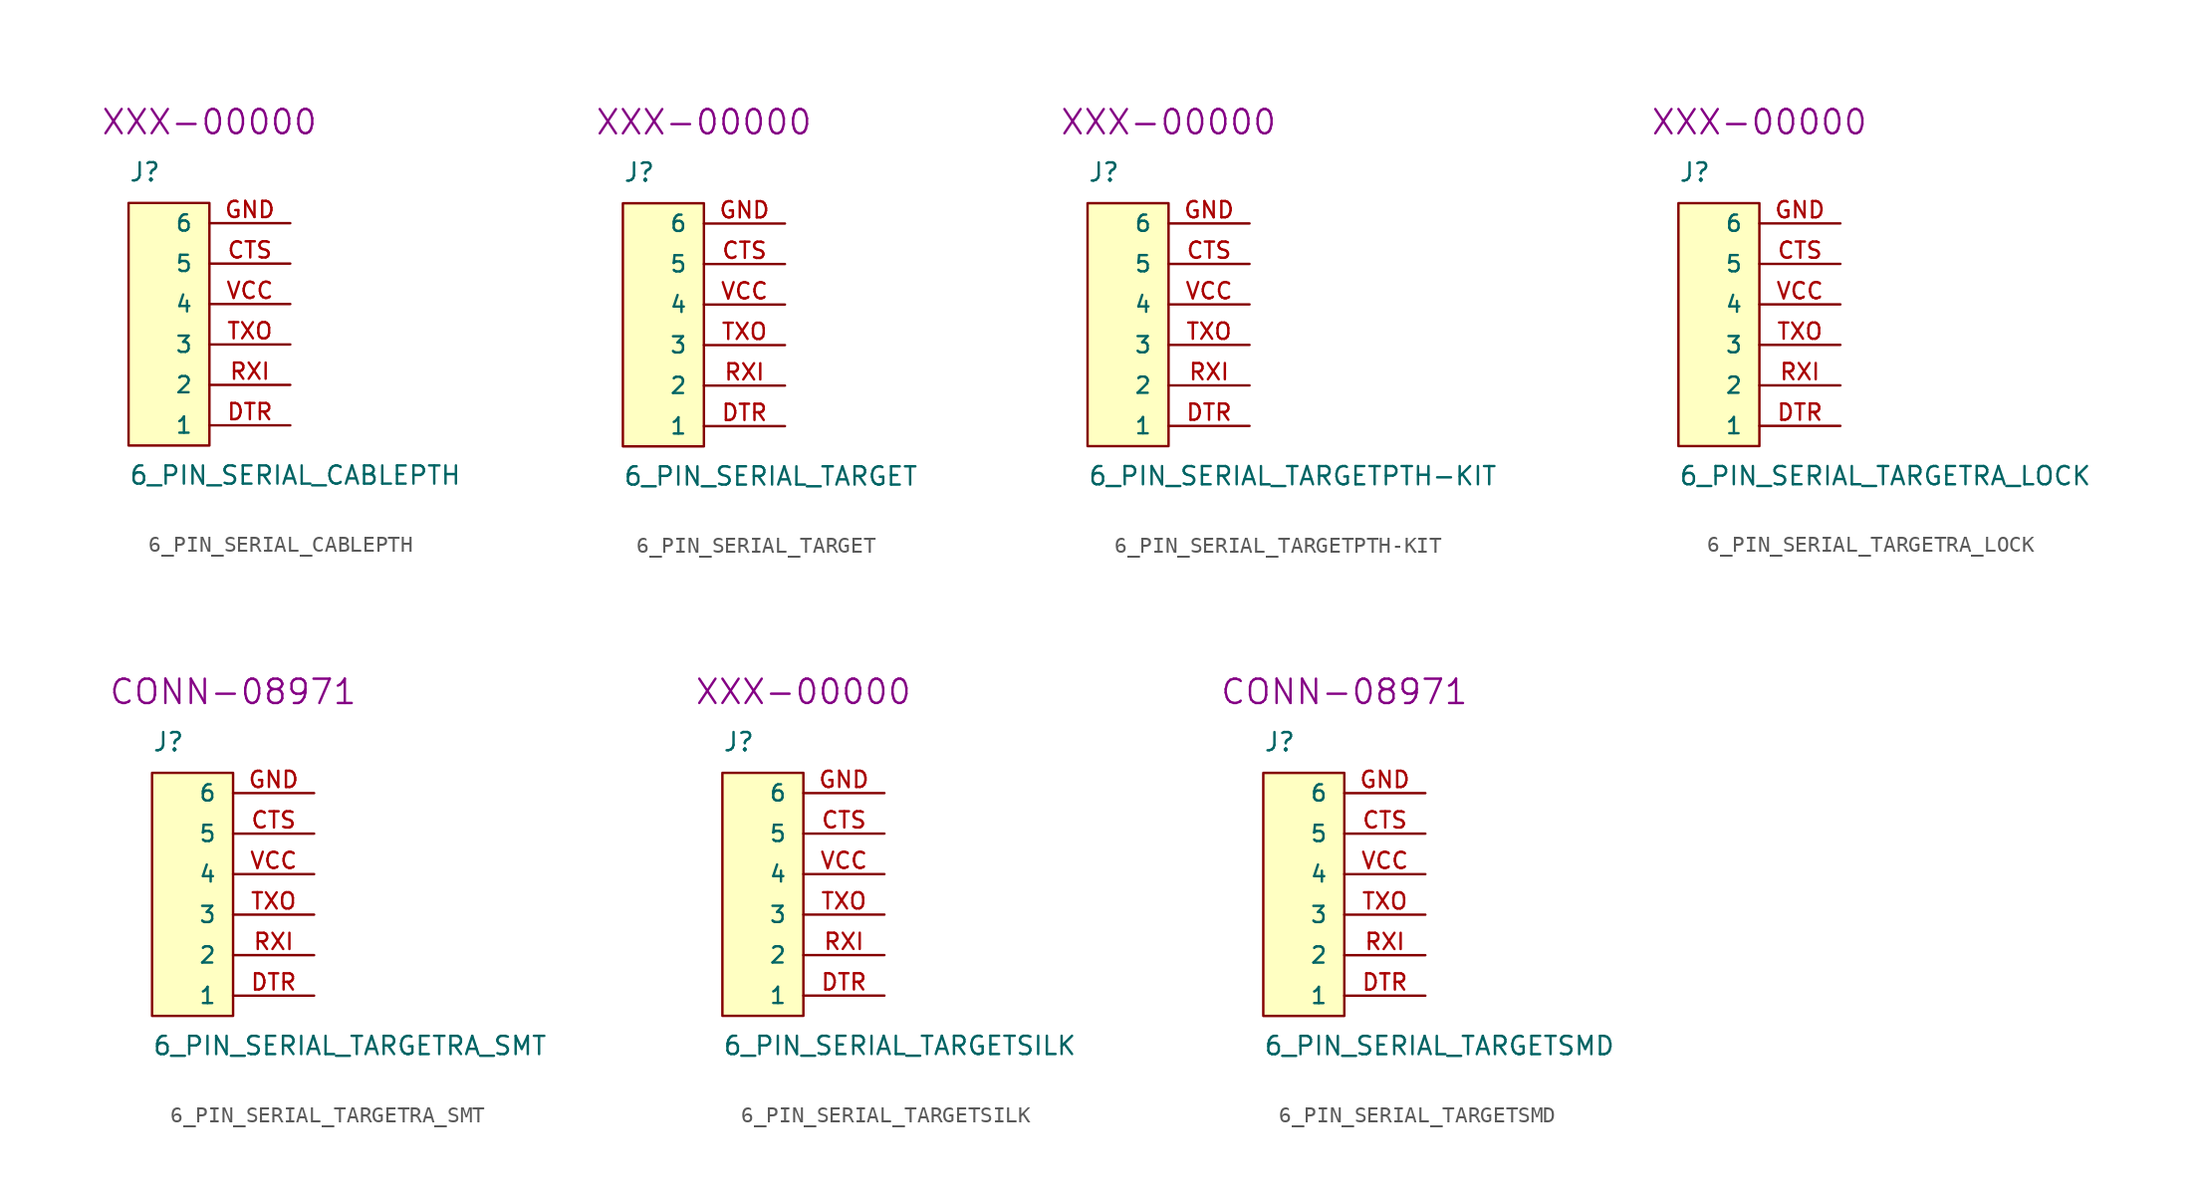
<source format=kicad_sym>
(kicad_symbol_lib
  (version 20201005)
  (generator kicad_symbol_editor)
  (symbol "6_PIN_SERIAL_CABLEPTH"
    (pin_names
      (offset 1.016))
    (property "Reference" "J"
      (at -5.08 15.24 0)
      (effects (font (size 1.143 1.143)) (justify left bottom)))
    (property "Value" "6_PIN_SERIAL_CABLEPTH"
      (at -5.08 -3.81 0)
      (effects (font (size 1.143 1.143)) (justify left bottom)))
    (property "Field4" "XXX-00000"
      (at 0 19.05 0)
      (effects (font (size 1.524 1.524))))
    (symbol "6_PIN_SERIAL_CABLEPTH_0_1"
      (rectangle (start -5.08 13.97) (end 0 -1.27) (stroke (width 0)) (fill (type background))))
    (symbol "6_PIN_SERIAL_CABLEPTH_1_1"
      (pin passive line (at 5.08 7.62 180) (length 5.08) (name "4" (effects (font (size 1.016 1.016)))) (number "VCC" (effects (font (size 1.016 1.016)))))
      (pin passive line (at 5.08 12.7 180) (length 5.08) (name "6" (effects (font (size 1.016 1.016)))) (number "GND" (effects (font (size 1.016 1.016)))))
      (pin passive line (at 5.08 2.54 180) (length 5.08) (name "2" (effects (font (size 1.016 1.016)))) (number "RXI" (effects (font (size 1.016 1.016)))))
      (pin passive line (at 5.08 5.08 180) (length 5.08) (name "3" (effects (font (size 1.016 1.016)))) (number "TXO" (effects (font (size 1.016 1.016)))))
      (pin passive line (at 5.08 0 180) (length 5.08) (name "1" (effects (font (size 1.016 1.016)))) (number "DTR" (effects (font (size 1.016 1.016)))))
      (pin passive line (at 5.08 10.16 180) (length 5.08) (name "5" (effects (font (size 1.016 1.016)))) (number "CTS" (effects (font (size 1.016 1.016)))))))
  (symbol "6_PIN_SERIAL_TARGET"
    (pin_names
      (offset 1.016))
    (property "Reference" "J"
      (at -5.08 15.24 0)
      (effects (font (size 1.143 1.143)) (justify left bottom)))
    (property "Value" "6_PIN_SERIAL_TARGET"
      (at -5.08 -3.81 0)
      (effects (font (size 1.143 1.143)) (justify left bottom)))
    (property "Field4" "XXX-00000"
      (at 0 19.05 0)
      (effects (font (size 1.524 1.524))))
    (property "ki_locked" ""
      (at 0 0 0)
      (effects (font (size 1.27 1.27))))
    (symbol "6_PIN_SERIAL_TARGET_0_1"
      (rectangle (start -5.08 13.97) (end 0 -1.27) (stroke (width 0)) (fill (type background))))
    (symbol "6_PIN_SERIAL_TARGET_1_1"
      (pin passive line (at 5.08 7.62 180) (length 5.08) (name "4" (effects (font (size 1.016 1.016)))) (number "VCC" (effects (font (size 1.016 1.016)))))
      (pin passive line (at 5.08 12.7 180) (length 5.08) (name "6" (effects (font (size 1.016 1.016)))) (number "GND" (effects (font (size 1.016 1.016)))))
      (pin passive line (at 5.08 2.54 180) (length 5.08) (name "2" (effects (font (size 1.016 1.016)))) (number "RXI" (effects (font (size 1.016 1.016)))))
      (pin passive line (at 5.08 5.08 180) (length 5.08) (name "3" (effects (font (size 1.016 1.016)))) (number "TXO" (effects (font (size 1.016 1.016)))))
      (pin passive line (at 5.08 0 180) (length 5.08) (name "1" (effects (font (size 1.016 1.016)))) (number "DTR" (effects (font (size 1.016 1.016)))))
      (pin passive line (at 5.08 10.16 180) (length 5.08) (name "5" (effects (font (size 1.016 1.016)))) (number "CTS" (effects (font (size 1.016 1.016)))))))
  (symbol "6_PIN_SERIAL_TARGETPTH-KIT"
    (pin_names
      (offset 1.016))
    (property "Reference" "J"
      (at -5.08 15.24 0)
      (effects (font (size 1.143 1.143)) (justify left bottom)))
    (property "Value" "6_PIN_SERIAL_TARGETPTH-KIT"
      (at -5.08 -3.81 0)
      (effects (font (size 1.143 1.143)) (justify left bottom)))
    (property "Field4" "XXX-00000"
      (at 0 19.05 0)
      (effects (font (size 1.524 1.524))))
    (property "ki_locked" ""
      (at 0 0 0)
      (effects (font (size 1.27 1.27))))
    (symbol "6_PIN_SERIAL_TARGETPTH-KIT_0_1"
      (rectangle (start -5.08 13.97) (end 0 -1.27) (stroke (width 0)) (fill (type background))))
    (symbol "6_PIN_SERIAL_TARGETPTH-KIT_1_1"
      (pin passive line (at 5.08 7.62 180) (length 5.08) (name "4" (effects (font (size 1.016 1.016)))) (number "VCC" (effects (font (size 1.016 1.016)))))
      (pin passive line (at 5.08 12.7 180) (length 5.08) (name "6" (effects (font (size 1.016 1.016)))) (number "GND" (effects (font (size 1.016 1.016)))))
      (pin passive line (at 5.08 2.54 180) (length 5.08) (name "2" (effects (font (size 1.016 1.016)))) (number "RXI" (effects (font (size 1.016 1.016)))))
      (pin passive line (at 5.08 5.08 180) (length 5.08) (name "3" (effects (font (size 1.016 1.016)))) (number "TXO" (effects (font (size 1.016 1.016)))))
      (pin passive line (at 5.08 0 180) (length 5.08) (name "1" (effects (font (size 1.016 1.016)))) (number "DTR" (effects (font (size 1.016 1.016)))))
      (pin passive line (at 5.08 10.16 180) (length 5.08) (name "5" (effects (font (size 1.016 1.016)))) (number "CTS" (effects (font (size 1.016 1.016)))))))
  (symbol "6_PIN_SERIAL_TARGETRA_LOCK"
    (pin_names
      (offset 1.016))
    (property "Reference" "J"
      (at -5.08 15.24 0)
      (effects (font (size 1.143 1.143)) (justify left bottom)))
    (property "Value" "6_PIN_SERIAL_TARGETRA_LOCK"
      (at -5.08 -3.81 0)
      (effects (font (size 1.143 1.143)) (justify left bottom)))
    (property "Field4" "XXX-00000"
      (at 0 19.05 0)
      (effects (font (size 1.524 1.524))))
    (property "ki_locked" ""
      (at 0 0 0)
      (effects (font (size 1.27 1.27))))
    (symbol "6_PIN_SERIAL_TARGETRA_LOCK_0_1"
      (rectangle (start -5.08 13.97) (end 0 -1.27) (stroke (width 0)) (fill (type background))))
    (symbol "6_PIN_SERIAL_TARGETRA_LOCK_1_1"
      (pin passive line (at 5.08 7.62 180) (length 5.08) (name "4" (effects (font (size 1.016 1.016)))) (number "VCC" (effects (font (size 1.016 1.016)))))
      (pin passive line (at 5.08 12.7 180) (length 5.08) (name "6" (effects (font (size 1.016 1.016)))) (number "GND" (effects (font (size 1.016 1.016)))))
      (pin passive line (at 5.08 2.54 180) (length 5.08) (name "2" (effects (font (size 1.016 1.016)))) (number "RXI" (effects (font (size 1.016 1.016)))))
      (pin passive line (at 5.08 5.08 180) (length 5.08) (name "3" (effects (font (size 1.016 1.016)))) (number "TXO" (effects (font (size 1.016 1.016)))))
      (pin passive line (at 5.08 0 180) (length 5.08) (name "1" (effects (font (size 1.016 1.016)))) (number "DTR" (effects (font (size 1.016 1.016)))))
      (pin passive line (at 5.08 10.16 180) (length 5.08) (name "5" (effects (font (size 1.016 1.016)))) (number "CTS" (effects (font (size 1.016 1.016)))))))
  (symbol "6_PIN_SERIAL_TARGETRA_SMT"
    (pin_names
      (offset 1.016))
    (property "Reference" "J"
      (at -5.08 15.24 0)
      (effects (font (size 1.143 1.143)) (justify left bottom)))
    (property "Value" "6_PIN_SERIAL_TARGETRA_SMT"
      (at -5.08 -3.81 0)
      (effects (font (size 1.143 1.143)) (justify left bottom)))
    (property "Field4" "CONN-08971"
      (at 0 19.05 0)
      (effects (font (size 1.524 1.524))))
    (property "ki_locked" ""
      (at 0 0 0)
      (effects (font (size 1.27 1.27))))
    (symbol "6_PIN_SERIAL_TARGETRA_SMT_0_1"
      (rectangle (start -5.08 13.97) (end 0 -1.27) (stroke (width 0)) (fill (type background))))
    (symbol "6_PIN_SERIAL_TARGETRA_SMT_1_1"
      (pin passive line (at 5.08 7.62 180) (length 5.08) (name "4" (effects (font (size 1.016 1.016)))) (number "VCC" (effects (font (size 1.016 1.016)))))
      (pin passive line (at 5.08 12.7 180) (length 5.08) (name "6" (effects (font (size 1.016 1.016)))) (number "GND" (effects (font (size 1.016 1.016)))))
      (pin passive line (at 5.08 2.54 180) (length 5.08) (name "2" (effects (font (size 1.016 1.016)))) (number "RXI" (effects (font (size 1.016 1.016)))))
      (pin passive line (at 5.08 5.08 180) (length 5.08) (name "3" (effects (font (size 1.016 1.016)))) (number "TXO" (effects (font (size 1.016 1.016)))))
      (pin passive line (at 5.08 0 180) (length 5.08) (name "1" (effects (font (size 1.016 1.016)))) (number "DTR" (effects (font (size 1.016 1.016)))))
      (pin passive line (at 5.08 10.16 180) (length 5.08) (name "5" (effects (font (size 1.016 1.016)))) (number "CTS" (effects (font (size 1.016 1.016)))))))
  (symbol "6_PIN_SERIAL_TARGETSILK"
    (pin_names
      (offset 1.016))
    (property "Reference" "J"
      (at -5.08 15.24 0)
      (effects (font (size 1.143 1.143)) (justify left bottom)))
    (property "Value" "6_PIN_SERIAL_TARGETSILK"
      (at -5.08 -3.81 0)
      (effects (font (size 1.143 1.143)) (justify left bottom)))
    (property "Field4" "XXX-00000"
      (at 0 19.05 0)
      (effects (font (size 1.524 1.524))))
    (property "ki_locked" ""
      (at 0 0 0)
      (effects (font (size 1.27 1.27))))
    (symbol "6_PIN_SERIAL_TARGETSILK_0_1"
      (rectangle (start -5.08 13.97) (end 0 -1.27) (stroke (width 0)) (fill (type background))))
    (symbol "6_PIN_SERIAL_TARGETSILK_1_1"
      (pin passive line (at 5.08 7.62 180) (length 5.08) (name "4" (effects (font (size 1.016 1.016)))) (number "VCC" (effects (font (size 1.016 1.016)))))
      (pin passive line (at 5.08 12.7 180) (length 5.08) (name "6" (effects (font (size 1.016 1.016)))) (number "GND" (effects (font (size 1.016 1.016)))))
      (pin passive line (at 5.08 2.54 180) (length 5.08) (name "2" (effects (font (size 1.016 1.016)))) (number "RXI" (effects (font (size 1.016 1.016)))))
      (pin passive line (at 5.08 5.08 180) (length 5.08) (name "3" (effects (font (size 1.016 1.016)))) (number "TXO" (effects (font (size 1.016 1.016)))))
      (pin passive line (at 5.08 0 180) (length 5.08) (name "1" (effects (font (size 1.016 1.016)))) (number "DTR" (effects (font (size 1.016 1.016)))))
      (pin passive line (at 5.08 10.16 180) (length 5.08) (name "5" (effects (font (size 1.016 1.016)))) (number "CTS" (effects (font (size 1.016 1.016)))))))
  (symbol "6_PIN_SERIAL_TARGETSMD"
    (pin_names
      (offset 1.016))
    (property "Reference" "J"
      (at -5.08 15.24 0)
      (effects (font (size 1.143 1.143)) (justify left bottom)))
    (property "Value" "6_PIN_SERIAL_TARGETSMD"
      (at -5.08 -3.81 0)
      (effects (font (size 1.143 1.143)) (justify left bottom)))
    (property "Field4" "CONN-08971"
      (at 0 19.05 0)
      (effects (font (size 1.524 1.524))))
    (property "ki_locked" ""
      (at 0 0 0)
      (effects (font (size 1.27 1.27))))
    (symbol "6_PIN_SERIAL_TARGETSMD_0_1"
      (rectangle (start -5.08 13.97) (end 0 -1.27) (stroke (width 0)) (fill (type background))))
    (symbol "6_PIN_SERIAL_TARGETSMD_1_1"
      (pin passive line (at 5.08 7.62 180) (length 5.08) (name "4" (effects (font (size 1.016 1.016)))) (number "VCC" (effects (font (size 1.016 1.016)))))
      (pin passive line (at 5.08 12.7 180) (length 5.08) (name "6" (effects (font (size 1.016 1.016)))) (number "GND" (effects (font (size 1.016 1.016)))))
      (pin passive line (at 5.08 2.54 180) (length 5.08) (name "2" (effects (font (size 1.016 1.016)))) (number "RXI" (effects (font (size 1.016 1.016)))))
      (pin passive line (at 5.08 5.08 180) (length 5.08) (name "3" (effects (font (size 1.016 1.016)))) (number "TXO" (effects (font (size 1.016 1.016)))))
      (pin passive line (at 5.08 0 180) (length 5.08) (name "1" (effects (font (size 1.016 1.016)))) (number "DTR" (effects (font (size 1.016 1.016)))))
      (pin passive line (at 5.08 10.16 180) (length 5.08) (name "5" (effects (font (size 1.016 1.016)))) (number "CTS" (effects (font (size 1.016 1.016))))))))
</source>
